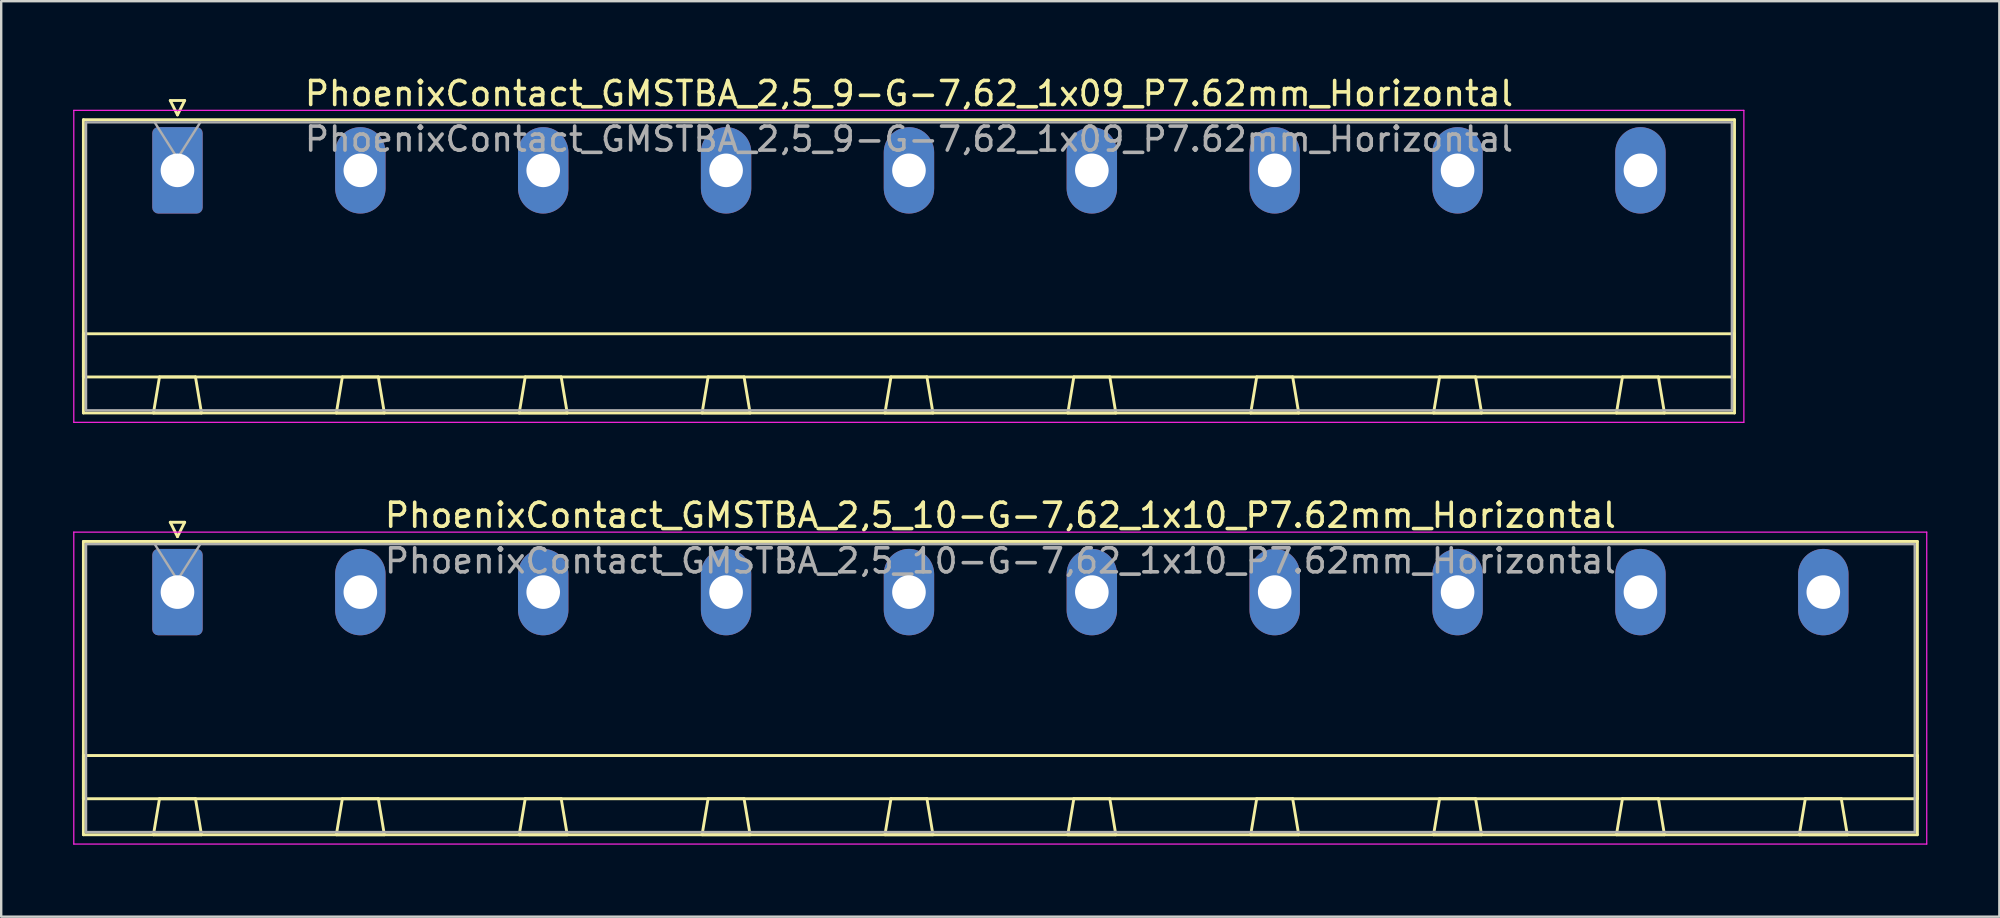
<source format=kicad_pcb>
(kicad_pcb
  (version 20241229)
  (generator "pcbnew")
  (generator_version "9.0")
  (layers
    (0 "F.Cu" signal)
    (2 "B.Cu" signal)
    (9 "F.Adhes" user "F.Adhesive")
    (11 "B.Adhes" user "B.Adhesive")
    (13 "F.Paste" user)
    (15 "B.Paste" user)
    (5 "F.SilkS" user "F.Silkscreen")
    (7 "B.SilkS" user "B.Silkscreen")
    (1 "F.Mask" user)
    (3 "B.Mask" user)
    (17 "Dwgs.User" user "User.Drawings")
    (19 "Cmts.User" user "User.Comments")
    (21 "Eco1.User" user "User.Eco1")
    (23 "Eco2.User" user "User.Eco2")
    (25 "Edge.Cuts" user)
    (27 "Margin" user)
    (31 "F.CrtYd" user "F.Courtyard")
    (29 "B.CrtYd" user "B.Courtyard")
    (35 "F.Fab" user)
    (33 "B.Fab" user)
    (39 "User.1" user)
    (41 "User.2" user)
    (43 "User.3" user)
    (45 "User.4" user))
  (footprint "PhoenixContact_GMSTBA_2,5_10-G-7,62_1x10_P7.62mm_Horizontal"
    (layer "F.Cu")
    (at 4.345 21.622)
    (property "Reference" "PhoenixContact_GMSTBA_2,5_10-G-7,62_1x10_P7.62mm_Horizontal" (at 34.29 -3.2 0) (layer "F.SilkS") (effects (font (size 1 1) (thickness 0.15))))
    (attr through_hole)
    (fp_line (start -3.92 -2.11) (end -3.92 10.11) (stroke (width 0.12) (type solid)) (layer "F.SilkS"))
    (fp_line (start -3.92 6.81) (end 72.5 6.81) (stroke (width 0.12) (type solid)) (layer "F.SilkS"))
    (fp_line (start -3.92 8.61) (end -3.92 6.81) (stroke (width 0.12) (type solid)) (layer "F.SilkS"))
    (fp_line (start -3.92 10.11) (end 72.5 10.11) (stroke (width 0.12) (type solid)) (layer "F.SilkS"))
    (fp_line (start -1 10.11) (end 1 10.11) (stroke (width 0.12) (type solid)) (layer "F.SilkS"))
    (fp_line (start -0.75 8.61) (end -1 10.11) (stroke (width 0.12) (type solid)) (layer "F.SilkS"))
    (fp_line (start -0.3 -2.91) (end 0.3 -2.91) (stroke (width 0.12) (type solid)) (layer "F.SilkS"))
    (fp_line (start 0 -2.31) (end -0.3 -2.91) (stroke (width 0.12) (type solid)) (layer "F.SilkS"))
    (fp_line (start 0.3 -2.91) (end 0 -2.31) (stroke (width 0.12) (type solid)) (layer "F.SilkS"))
    (fp_line (start 0.75 8.61) (end -0.75 8.61) (stroke (width 0.12) (type solid)) (layer "F.SilkS"))
    (fp_line (start 1 10.11) (end 0.75 8.61) (stroke (width 0.12) (type solid)) (layer "F.SilkS"))
    (fp_line (start 6.62 10.11) (end 8.62 10.11) (stroke (width 0.12) (type solid)) (layer "F.SilkS"))
    (fp_line (start 6.87 8.61) (end 6.62 10.11) (stroke (width 0.12) (type solid)) (layer "F.SilkS"))
    (fp_line (start 8.37 8.61) (end 6.87 8.61) (stroke (width 0.12) (type solid)) (layer "F.SilkS"))
    (fp_line (start 8.62 10.11) (end 8.37 8.61) (stroke (width 0.12) (type solid)) (layer "F.SilkS"))
    (fp_line (start 14.24 10.11) (end 16.24 10.11) (stroke (width 0.12) (type solid)) (layer "F.SilkS"))
    (fp_line (start 14.49 8.61) (end 14.24 10.11) (stroke (width 0.12) (type solid)) (layer "F.SilkS"))
    (fp_line (start 15.99 8.61) (end 14.49 8.61) (stroke (width 0.12) (type solid)) (layer "F.SilkS"))
    (fp_line (start 16.24 10.11) (end 15.99 8.61) (stroke (width 0.12) (type solid)) (layer "F.SilkS"))
    (fp_line (start 21.86 10.11) (end 23.86 10.11) (stroke (width 0.12) (type solid)) (layer "F.SilkS"))
    (fp_line (start 22.11 8.61) (end 21.86 10.11) (stroke (width 0.12) (type solid)) (layer "F.SilkS"))
    (fp_line (start 23.61 8.61) (end 22.11 8.61) (stroke (width 0.12) (type solid)) (layer "F.SilkS"))
    (fp_line (start 23.86 10.11) (end 23.61 8.61) (stroke (width 0.12) (type solid)) (layer "F.SilkS"))
    (fp_line (start 29.48 10.11) (end 31.48 10.11) (stroke (width 0.12) (type solid)) (layer "F.SilkS"))
    (fp_line (start 29.73 8.61) (end 29.48 10.11) (stroke (width 0.12) (type solid)) (layer "F.SilkS"))
    (fp_line (start 31.23 8.61) (end 29.73 8.61) (stroke (width 0.12) (type solid)) (layer "F.SilkS"))
    (fp_line (start 31.48 10.11) (end 31.23 8.61) (stroke (width 0.12) (type solid)) (layer "F.SilkS"))
    (fp_line (start 37.1 10.11) (end 39.1 10.11) (stroke (width 0.12) (type solid)) (layer "F.SilkS"))
    (fp_line (start 37.35 8.61) (end 37.1 10.11) (stroke (width 0.12) (type solid)) (layer "F.SilkS"))
    (fp_line (start 38.85 8.61) (end 37.35 8.61) (stroke (width 0.12) (type solid)) (layer "F.SilkS"))
    (fp_line (start 39.1 10.11) (end 38.85 8.61) (stroke (width 0.12) (type solid)) (layer "F.SilkS"))
    (fp_line (start 44.72 10.11) (end 46.72 10.11) (stroke (width 0.12) (type solid)) (layer "F.SilkS"))
    (fp_line (start 44.97 8.61) (end 44.72 10.11) (stroke (width 0.12) (type solid)) (layer "F.SilkS"))
    (fp_line (start 46.47 8.61) (end 44.97 8.61) (stroke (width 0.12) (type solid)) (layer "F.SilkS"))
    (fp_line (start 46.72 10.11) (end 46.47 8.61) (stroke (width 0.12) (type solid)) (layer "F.SilkS"))
    (fp_line (start 52.34 10.11) (end 54.34 10.11) (stroke (width 0.12) (type solid)) (layer "F.SilkS"))
    (fp_line (start 52.59 8.61) (end 52.34 10.11) (stroke (width 0.12) (type solid)) (layer "F.SilkS"))
    (fp_line (start 54.09 8.61) (end 52.59 8.61) (stroke (width 0.12) (type solid)) (layer "F.SilkS"))
    (fp_line (start 54.34 10.11) (end 54.09 8.61) (stroke (width 0.12) (type solid)) (layer "F.SilkS"))
    (fp_line (start 59.96 10.11) (end 61.96 10.11) (stroke (width 0.12) (type solid)) (layer "F.SilkS"))
    (fp_line (start 60.21 8.61) (end 59.96 10.11) (stroke (width 0.12) (type solid)) (layer "F.SilkS"))
    (fp_line (start 61.71 8.61) (end 60.21 8.61) (stroke (width 0.12) (type solid)) (layer "F.SilkS"))
    (fp_line (start 61.96 10.11) (end 61.71 8.61) (stroke (width 0.12) (type solid)) (layer "F.SilkS"))
    (fp_line (start 67.58 10.11) (end 69.58 10.11) (stroke (width 0.12) (type solid)) (layer "F.SilkS"))
    (fp_line (start 67.83 8.61) (end 67.58 10.11) (stroke (width 0.12) (type solid)) (layer "F.SilkS"))
    (fp_line (start 69.33 8.61) (end 67.83 8.61) (stroke (width 0.12) (type solid)) (layer "F.SilkS"))
    (fp_line (start 69.58 10.11) (end 69.33 8.61) (stroke (width 0.12) (type solid)) (layer "F.SilkS"))
    (fp_line (start 72.5 -2.11) (end -3.92 -2.11) (stroke (width 0.12) (type solid)) (layer "F.SilkS"))
    (fp_line (start 72.5 6.81) (end 72.5 8.61) (stroke (width 0.12) (type solid)) (layer "F.SilkS"))
    (fp_line (start 72.5 8.61) (end -3.92 8.61) (stroke (width 0.12) (type solid)) (layer "F.SilkS"))
    (fp_line (start 72.5 10.11) (end 72.5 -2.11) (stroke (width 0.12) (type solid)) (layer "F.SilkS"))
    (fp_line (start -4.32 -2.5) (end -4.32 10.5) (stroke (width 0.05) (type solid)) (layer "F.CrtYd"))
    (fp_line (start -4.32 10.5) (end 72.89 10.5) (stroke (width 0.05) (type solid)) (layer "F.CrtYd"))
    (fp_line (start 72.89 -2.5) (end -4.32 -2.5) (stroke (width 0.05) (type solid)) (layer "F.CrtYd"))
    (fp_line (start 72.89 10.5) (end 72.89 -2.5) (stroke (width 0.05) (type solid)) (layer "F.CrtYd"))
    (fp_line (start -3.81 -2) (end -3.81 10) (stroke (width 0.1) (type solid)) (layer "F.Fab"))
    (fp_line (start -3.81 10) (end 72.39 10) (stroke (width 0.1) (type solid)) (layer "F.Fab"))
    (fp_line (start 0 -0.5) (end -0.95 -2) (stroke (width 0.1) (type solid)) (layer "F.Fab"))
    (fp_line (start 0.95 -2) (end 0 -0.5) (stroke (width 0.1) (type solid)) (layer "F.Fab"))
    (fp_line (start 72.39 -2) (end -3.81 -2) (stroke (width 0.1) (type solid)) (layer "F.Fab"))
    (fp_line (start 72.39 10) (end 72.39 -2) (stroke (width 0.1) (type solid)) (layer "F.Fab"))
    (fp_text user "${REFERENCE}" (at 34.29 -1.3 0) (layer "F.Fab") (effects (font (size 1 1) (thickness 0.15))))
    (pad "1" thru_hole roundrect (at 0 0) (size 2.1 3.6) (drill 1.4) (layers "*.Cu" "*.Mask") (roundrect_rratio 0.119))
    (pad "2" thru_hole oval (at 7.62 0) (size 2.1 3.6) (drill 1.4) (layers "*.Cu" "*.Mask"))
    (pad "3" thru_hole oval (at 15.24 0) (size 2.1 3.6) (drill 1.4) (layers "*.Cu" "*.Mask"))
    (pad "4" thru_hole oval (at 22.86 0) (size 2.1 3.6) (drill 1.4) (layers "*.Cu" "*.Mask"))
    (pad "5" thru_hole oval (at 30.48 0) (size 2.1 3.6) (drill 1.4) (layers "*.Cu" "*.Mask"))
    (pad "6" thru_hole oval (at 38.1 0) (size 2.1 3.6) (drill 1.4) (layers "*.Cu" "*.Mask"))
    (pad "7" thru_hole oval (at 45.72 0) (size 2.1 3.6) (drill 1.4) (layers "*.Cu" "*.Mask"))
    (pad "8" thru_hole oval (at 53.34 0) (size 2.1 3.6) (drill 1.4) (layers "*.Cu" "*.Mask"))
    (pad "9" thru_hole oval (at 60.96 0) (size 2.1 3.6) (drill 1.4) (layers "*.Cu" "*.Mask"))
    (pad "10" thru_hole oval (at 68.58 0) (size 2.1 3.6) (drill 1.4) (layers "*.Cu" "*.Mask")))
  (footprint "PhoenixContact_GMSTBA_2,5_9-G-7,62_1x09_P7.62mm_Horizontal"
    (layer "F.Cu")
    (at 4.345 4.048)
    (property "Reference" "PhoenixContact_GMSTBA_2,5_9-G-7,62_1x09_P7.62mm_Horizontal" (at 30.48 -3.2 0) (layer "F.SilkS") (effects (font (size 1 1) (thickness 0.15))))
    (attr through_hole)
    (fp_line (start -3.92 -2.11) (end -3.92 10.11) (stroke (width 0.12) (type solid)) (layer "F.SilkS"))
    (fp_line (start -3.92 6.81) (end 64.88 6.81) (stroke (width 0.12) (type solid)) (layer "F.SilkS"))
    (fp_line (start -3.92 8.61) (end -3.92 6.81) (stroke (width 0.12) (type solid)) (layer "F.SilkS"))
    (fp_line (start -3.92 10.11) (end 64.88 10.11) (stroke (width 0.12) (type solid)) (layer "F.SilkS"))
    (fp_line (start -1 10.11) (end 1 10.11) (stroke (width 0.12) (type solid)) (layer "F.SilkS"))
    (fp_line (start -0.75 8.61) (end -1 10.11) (stroke (width 0.12) (type solid)) (layer "F.SilkS"))
    (fp_line (start -0.3 -2.91) (end 0.3 -2.91) (stroke (width 0.12) (type solid)) (layer "F.SilkS"))
    (fp_line (start 0 -2.31) (end -0.3 -2.91) (stroke (width 0.12) (type solid)) (layer "F.SilkS"))
    (fp_line (start 0.3 -2.91) (end 0 -2.31) (stroke (width 0.12) (type solid)) (layer "F.SilkS"))
    (fp_line (start 0.75 8.61) (end -0.75 8.61) (stroke (width 0.12) (type solid)) (layer "F.SilkS"))
    (fp_line (start 1 10.11) (end 0.75 8.61) (stroke (width 0.12) (type solid)) (layer "F.SilkS"))
    (fp_line (start 6.62 10.11) (end 8.62 10.11) (stroke (width 0.12) (type solid)) (layer "F.SilkS"))
    (fp_line (start 6.87 8.61) (end 6.62 10.11) (stroke (width 0.12) (type solid)) (layer "F.SilkS"))
    (fp_line (start 8.37 8.61) (end 6.87 8.61) (stroke (width 0.12) (type solid)) (layer "F.SilkS"))
    (fp_line (start 8.62 10.11) (end 8.37 8.61) (stroke (width 0.12) (type solid)) (layer "F.SilkS"))
    (fp_line (start 14.24 10.11) (end 16.24 10.11) (stroke (width 0.12) (type solid)) (layer "F.SilkS"))
    (fp_line (start 14.49 8.61) (end 14.24 10.11) (stroke (width 0.12) (type solid)) (layer "F.SilkS"))
    (fp_line (start 15.99 8.61) (end 14.49 8.61) (stroke (width 0.12) (type solid)) (layer "F.SilkS"))
    (fp_line (start 16.24 10.11) (end 15.99 8.61) (stroke (width 0.12) (type solid)) (layer "F.SilkS"))
    (fp_line (start 21.86 10.11) (end 23.86 10.11) (stroke (width 0.12) (type solid)) (layer "F.SilkS"))
    (fp_line (start 22.11 8.61) (end 21.86 10.11) (stroke (width 0.12) (type solid)) (layer "F.SilkS"))
    (fp_line (start 23.61 8.61) (end 22.11 8.61) (stroke (width 0.12) (type solid)) (layer "F.SilkS"))
    (fp_line (start 23.86 10.11) (end 23.61 8.61) (stroke (width 0.12) (type solid)) (layer "F.SilkS"))
    (fp_line (start 29.48 10.11) (end 31.48 10.11) (stroke (width 0.12) (type solid)) (layer "F.SilkS"))
    (fp_line (start 29.73 8.61) (end 29.48 10.11) (stroke (width 0.12) (type solid)) (layer "F.SilkS"))
    (fp_line (start 31.23 8.61) (end 29.73 8.61) (stroke (width 0.12) (type solid)) (layer "F.SilkS"))
    (fp_line (start 31.48 10.11) (end 31.23 8.61) (stroke (width 0.12) (type solid)) (layer "F.SilkS"))
    (fp_line (start 37.1 10.11) (end 39.1 10.11) (stroke (width 0.12) (type solid)) (layer "F.SilkS"))
    (fp_line (start 37.35 8.61) (end 37.1 10.11) (stroke (width 0.12) (type solid)) (layer "F.SilkS"))
    (fp_line (start 38.85 8.61) (end 37.35 8.61) (stroke (width 0.12) (type solid)) (layer "F.SilkS"))
    (fp_line (start 39.1 10.11) (end 38.85 8.61) (stroke (width 0.12) (type solid)) (layer "F.SilkS"))
    (fp_line (start 44.72 10.11) (end 46.72 10.11) (stroke (width 0.12) (type solid)) (layer "F.SilkS"))
    (fp_line (start 44.97 8.61) (end 44.72 10.11) (stroke (width 0.12) (type solid)) (layer "F.SilkS"))
    (fp_line (start 46.47 8.61) (end 44.97 8.61) (stroke (width 0.12) (type solid)) (layer "F.SilkS"))
    (fp_line (start 46.72 10.11) (end 46.47 8.61) (stroke (width 0.12) (type solid)) (layer "F.SilkS"))
    (fp_line (start 52.34 10.11) (end 54.34 10.11) (stroke (width 0.12) (type solid)) (layer "F.SilkS"))
    (fp_line (start 52.59 8.61) (end 52.34 10.11) (stroke (width 0.12) (type solid)) (layer "F.SilkS"))
    (fp_line (start 54.09 8.61) (end 52.59 8.61) (stroke (width 0.12) (type solid)) (layer "F.SilkS"))
    (fp_line (start 54.34 10.11) (end 54.09 8.61) (stroke (width 0.12) (type solid)) (layer "F.SilkS"))
    (fp_line (start 59.96 10.11) (end 61.96 10.11) (stroke (width 0.12) (type solid)) (layer "F.SilkS"))
    (fp_line (start 60.21 8.61) (end 59.96 10.11) (stroke (width 0.12) (type solid)) (layer "F.SilkS"))
    (fp_line (start 61.71 8.61) (end 60.21 8.61) (stroke (width 0.12) (type solid)) (layer "F.SilkS"))
    (fp_line (start 61.96 10.11) (end 61.71 8.61) (stroke (width 0.12) (type solid)) (layer "F.SilkS"))
    (fp_line (start 64.88 -2.11) (end -3.92 -2.11) (stroke (width 0.12) (type solid)) (layer "F.SilkS"))
    (fp_line (start 64.88 6.81) (end 64.88 8.61) (stroke (width 0.12) (type solid)) (layer "F.SilkS"))
    (fp_line (start 64.88 8.61) (end -3.92 8.61) (stroke (width 0.12) (type solid)) (layer "F.SilkS"))
    (fp_line (start 64.88 10.11) (end 64.88 -2.11) (stroke (width 0.12) (type solid)) (layer "F.SilkS"))
    (fp_line (start -4.32 -2.5) (end -4.32 10.5) (stroke (width 0.05) (type solid)) (layer "F.CrtYd"))
    (fp_line (start -4.32 10.5) (end 65.27 10.5) (stroke (width 0.05) (type solid)) (layer "F.CrtYd"))
    (fp_line (start 65.27 -2.5) (end -4.32 -2.5) (stroke (width 0.05) (type solid)) (layer "F.CrtYd"))
    (fp_line (start 65.27 10.5) (end 65.27 -2.5) (stroke (width 0.05) (type solid)) (layer "F.CrtYd"))
    (fp_line (start -3.81 -2) (end -3.81 10) (stroke (width 0.1) (type solid)) (layer "F.Fab"))
    (fp_line (start -3.81 10) (end 64.77 10) (stroke (width 0.1) (type solid)) (layer "F.Fab"))
    (fp_line (start 0 -0.5) (end -0.95 -2) (stroke (width 0.1) (type solid)) (layer "F.Fab"))
    (fp_line (start 0.95 -2) (end 0 -0.5) (stroke (width 0.1) (type solid)) (layer "F.Fab"))
    (fp_line (start 64.77 -2) (end -3.81 -2) (stroke (width 0.1) (type solid)) (layer "F.Fab"))
    (fp_line (start 64.77 10) (end 64.77 -2) (stroke (width 0.1) (type solid)) (layer "F.Fab"))
    (fp_text user "${REFERENCE}" (at 30.48 -1.3 0) (layer "F.Fab") (effects (font (size 1 1) (thickness 0.15))))
    (pad "1" thru_hole roundrect (at 0 0) (size 2.1 3.6) (drill 1.4) (layers "*.Cu" "*.Mask") (roundrect_rratio 0.119))
    (pad "2" thru_hole oval (at 7.62 0) (size 2.1 3.6) (drill 1.4) (layers "*.Cu" "*.Mask"))
    (pad "3" thru_hole oval (at 15.24 0) (size 2.1 3.6) (drill 1.4) (layers "*.Cu" "*.Mask"))
    (pad "4" thru_hole oval (at 22.86 0) (size 2.1 3.6) (drill 1.4) (layers "*.Cu" "*.Mask"))
    (pad "5" thru_hole oval (at 30.48 0) (size 2.1 3.6) (drill 1.4) (layers "*.Cu" "*.Mask"))
    (pad "6" thru_hole oval (at 38.1 0) (size 2.1 3.6) (drill 1.4) (layers "*.Cu" "*.Mask"))
    (pad "7" thru_hole oval (at 45.72 0) (size 2.1 3.6) (drill 1.4) (layers "*.Cu" "*.Mask"))
    (pad "8" thru_hole oval (at 53.34 0) (size 2.1 3.6) (drill 1.4) (layers "*.Cu" "*.Mask"))
    (pad "9" thru_hole oval (at 60.96 0) (size 2.1 3.6) (drill 1.4) (layers "*.Cu" "*.Mask")))
  (gr_rect
    (start -3 -3)
    (end 80.26 35.147)
    (stroke (width 0.1) (type default))
    (fill no)
    (layer "Edge.Cuts")))
</source>
